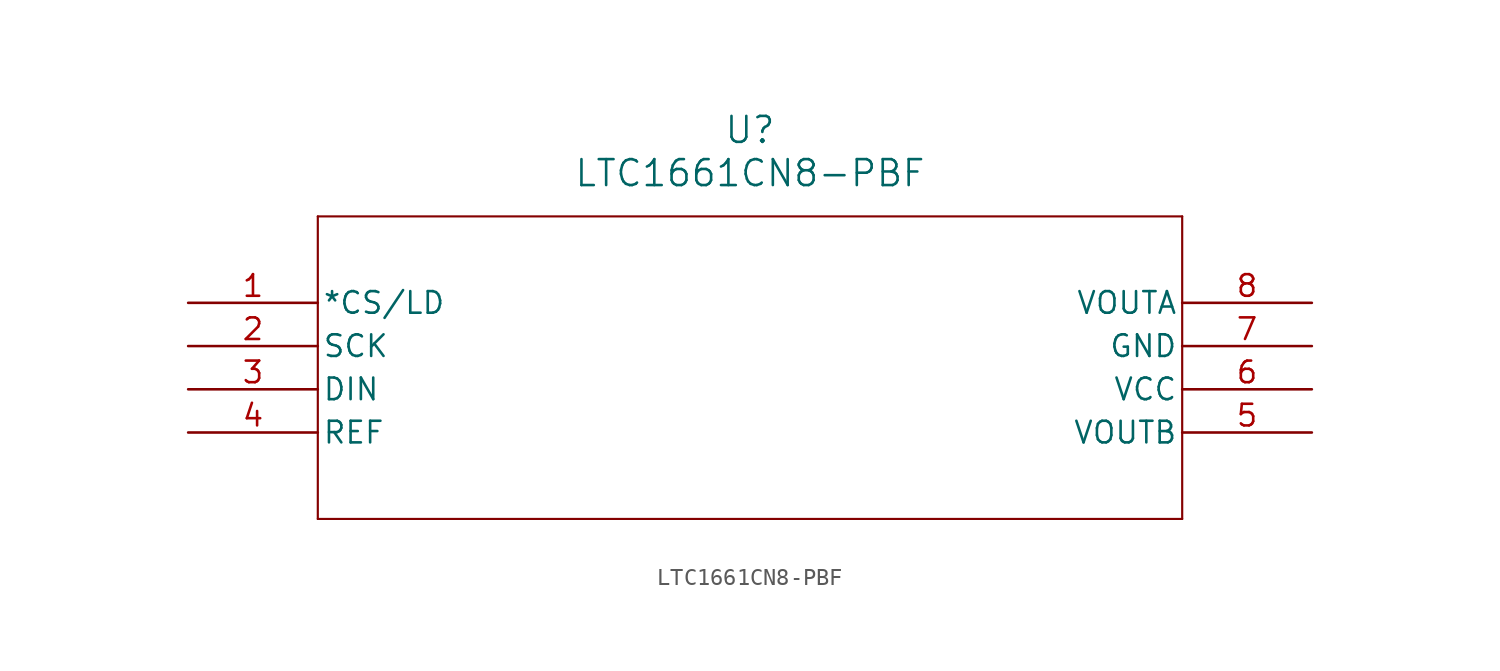
<source format=kicad_sym>
(kicad_symbol_lib
  (version 20211014)
  (generator kicad_symbol_editor)
  (symbol "LTC1661CN8-PBF"
    (pin_names
      (offset 0.254))
    (property "Reference" "U"
      (at 33.02 10.16 0)
      (effects (font (size 1.524 1.524))))
    (property "Value" "LTC1661CN8-PBF"
      (at 33.02 7.62 0)
      (effects (font (size 1.524 1.524))))
    (symbol "LTC1661CN8-PBF_0_1"
      (polyline (pts (xy 7.62 5.08) (xy 7.62 -12.7)) (stroke (width 0.127) (type default) (color 0 0 0 0)) (fill (type none)))
      (polyline (pts (xy 7.62 -12.7) (xy 58.42 -12.7)) (stroke (width 0.127) (type default) (color 0 0 0 0)) (fill (type none)))
      (polyline (pts (xy 58.42 -12.7) (xy 58.42 5.08)) (stroke (width 0.127) (type default) (color 0 0 0 0)) (fill (type none)))
      (polyline (pts (xy 58.42 5.08) (xy 7.62 5.08)) (stroke (width 0.127) (type default) (color 0 0 0 0)) (fill (type none)))
      (pin input line (at 0 0 0) (length 7.62) (name "*CS/LD" (effects (font (size 1.27 1.27)))) (number "1" (effects (font (size 1.27 1.27)))))
      (pin input line (at 0 -2.54 0) (length 7.62) (name "SCK" (effects (font (size 1.27 1.27)))) (number "2" (effects (font (size 1.27 1.27)))))
      (pin input line (at 0 -5.08 0) (length 7.62) (name "DIN" (effects (font (size 1.27 1.27)))) (number "3" (effects (font (size 1.27 1.27)))))
      (pin input line (at 0 -7.62 0) (length 7.62) (name "REF" (effects (font (size 1.27 1.27)))) (number "4" (effects (font (size 1.27 1.27)))))
      (pin output line (at 66.04 -7.62 180) (length 7.62) (name "VOUTB" (effects (font (size 1.27 1.27)))) (number "5" (effects (font (size 1.27 1.27)))))
      (pin power_in line (at 66.04 -5.08 180) (length 7.62) (name "VCC" (effects (font (size 1.27 1.27)))) (number "6" (effects (font (size 1.27 1.27)))))
      (pin power_in line (at 66.04 -2.54 180) (length 7.62) (name "GND" (effects (font (size 1.27 1.27)))) (number "7" (effects (font (size 1.27 1.27)))))
      (pin output line (at 66.04 0 180) (length 7.62) (name "VOUTA" (effects (font (size 1.27 1.27)))) (number "8" (effects (font (size 1.27 1.27))))))))
</source>
